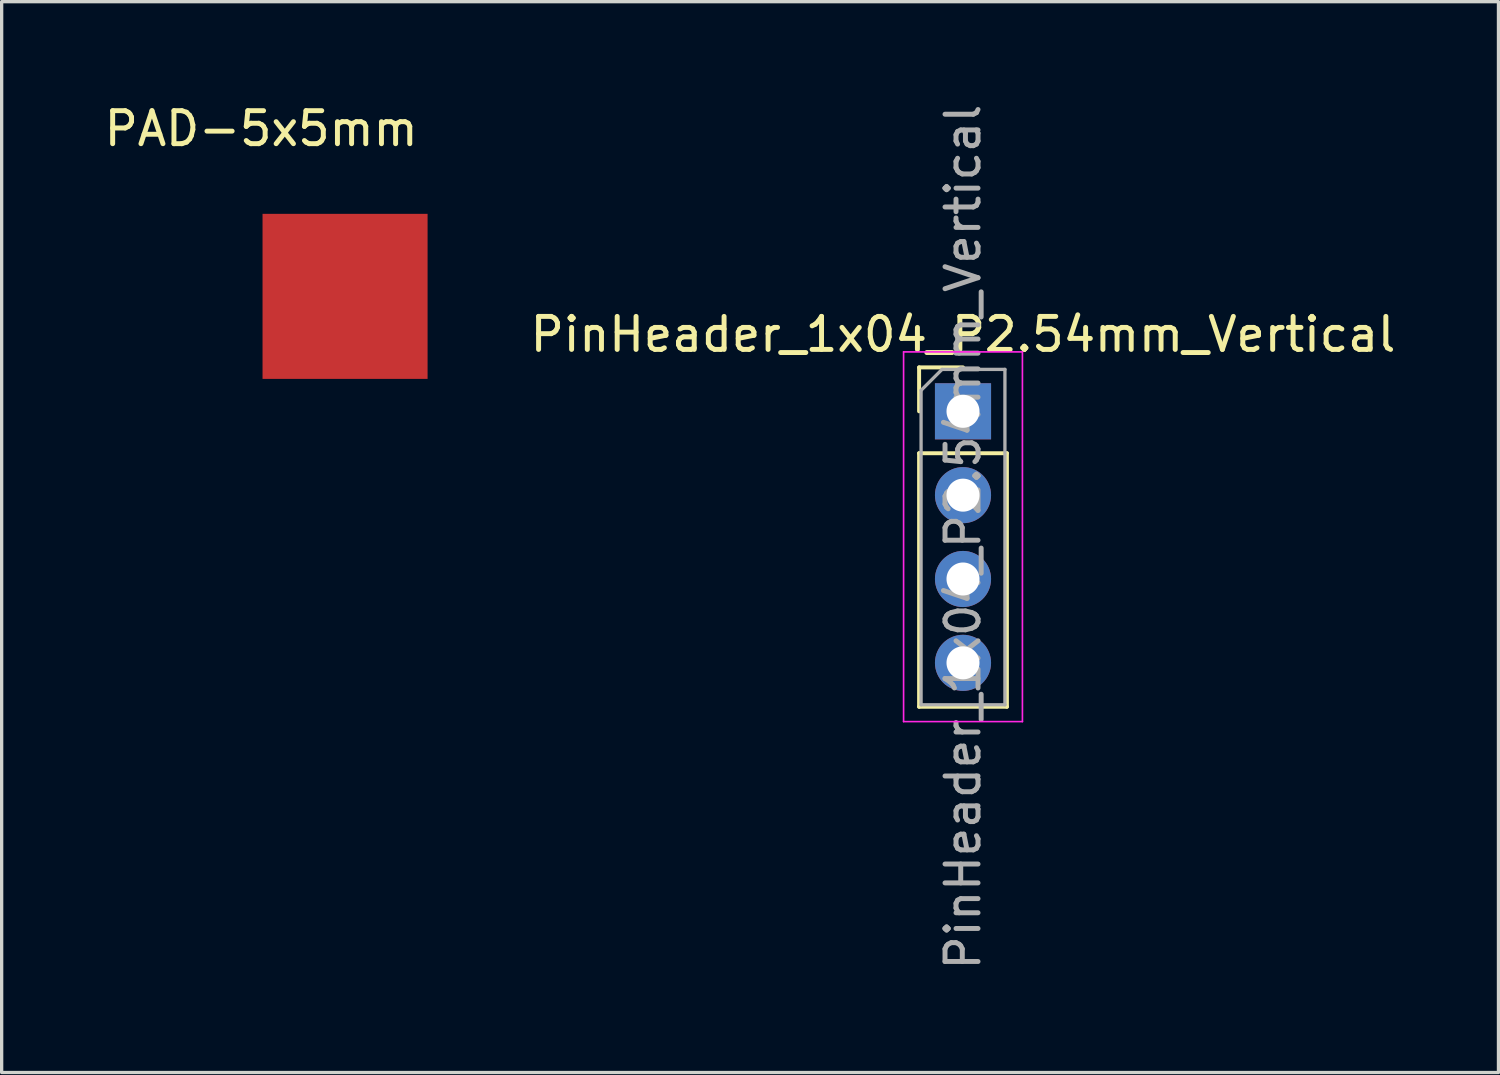
<source format=kicad_pcb>
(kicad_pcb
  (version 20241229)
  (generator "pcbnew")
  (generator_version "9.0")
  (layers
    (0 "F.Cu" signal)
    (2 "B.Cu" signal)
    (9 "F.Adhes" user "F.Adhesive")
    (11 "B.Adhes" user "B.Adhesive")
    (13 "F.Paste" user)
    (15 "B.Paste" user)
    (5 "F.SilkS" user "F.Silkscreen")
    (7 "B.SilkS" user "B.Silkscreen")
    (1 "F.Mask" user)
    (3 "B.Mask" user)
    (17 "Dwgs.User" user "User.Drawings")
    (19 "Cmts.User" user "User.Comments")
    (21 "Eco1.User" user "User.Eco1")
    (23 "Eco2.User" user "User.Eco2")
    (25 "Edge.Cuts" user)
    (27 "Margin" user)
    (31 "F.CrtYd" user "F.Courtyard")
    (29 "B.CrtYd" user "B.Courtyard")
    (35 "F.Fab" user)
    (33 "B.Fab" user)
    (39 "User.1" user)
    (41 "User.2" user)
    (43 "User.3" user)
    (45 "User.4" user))
  (footprint "PAD-5x5mm"
    (layer "F.Cu")
    (at 7.403 5.928)
    (property "Reference" "PAD-5x5mm" (at -2.54 -5.08 0) (layer "F.SilkS") (effects (font (size 1 1) (thickness 0.15))))
    (attr through_hole)
    (pad "1" smd rect (at 0 0) (size 5 5) (layers "F.Cu" "F.Mask" "F.Paste")))
  (footprint "PinHeader_1x04_P2.54mm_Vertical"
    (layer "F.Cu")
    (at 26.123 9.41)
    (property "Reference" "PinHeader_1x04_P2.54mm_Vertical" (at 0 -2.33 0) (layer "F.SilkS") (effects (font (size 1 1) (thickness 0.15))))
    (attr through_hole)
    (fp_line (start -1.33 -1.33) (end 0 -1.33) (stroke (width 0.12) (type solid)) (layer "F.SilkS"))
    (fp_line (start -1.33 0) (end -1.33 -1.33) (stroke (width 0.12) (type solid)) (layer "F.SilkS"))
    (fp_line (start -1.33 1.27) (end -1.33 8.95) (stroke (width 0.12) (type solid)) (layer "F.SilkS"))
    (fp_line (start -1.33 1.27) (end 1.33 1.27) (stroke (width 0.12) (type solid)) (layer "F.SilkS"))
    (fp_line (start -1.33 8.95) (end 1.33 8.95) (stroke (width 0.12) (type solid)) (layer "F.SilkS"))
    (fp_line (start 1.33 1.27) (end 1.33 8.95) (stroke (width 0.12) (type solid)) (layer "F.SilkS"))
    (fp_line (start -1.8 -1.8) (end -1.8 9.4) (stroke (width 0.05) (type solid)) (layer "F.CrtYd"))
    (fp_line (start -1.8 9.4) (end 1.8 9.4) (stroke (width 0.05) (type solid)) (layer "F.CrtYd"))
    (fp_line (start 1.8 -1.8) (end -1.8 -1.8) (stroke (width 0.05) (type solid)) (layer "F.CrtYd"))
    (fp_line (start 1.8 9.4) (end 1.8 -1.8) (stroke (width 0.05) (type solid)) (layer "F.CrtYd"))
    (fp_line (start -1.27 -0.635) (end -0.635 -1.27) (stroke (width 0.1) (type solid)) (layer "F.Fab"))
    (fp_line (start -1.27 8.89) (end -1.27 -0.635) (stroke (width 0.1) (type solid)) (layer "F.Fab"))
    (fp_line (start -0.635 -1.27) (end 1.27 -1.27) (stroke (width 0.1) (type solid)) (layer "F.Fab"))
    (fp_line (start 1.27 -1.27) (end 1.27 8.89) (stroke (width 0.1) (type solid)) (layer "F.Fab"))
    (fp_line (start 1.27 8.89) (end -1.27 8.89) (stroke (width 0.1) (type solid)) (layer "F.Fab"))
    (fp_text user "${REFERENCE}" (at 0 3.81 90) (layer "F.Fab") (effects (font (size 1 1) (thickness 0.15))))
    (pad "1" thru_hole rect (at 0 0) (size 1.7 1.7) (drill 1) (layers "*.Cu" "*.Mask"))
    (pad "2" thru_hole oval (at 0 2.54) (size 1.7 1.7) (drill 1) (layers "*.Cu" "*.Mask"))
    (pad "3" thru_hole oval (at 0 5.08) (size 1.7 1.7) (drill 1) (layers "*.Cu" "*.Mask"))
    (pad "4" thru_hole oval (at 0 7.62) (size 1.7 1.7) (drill 1) (layers "*.Cu" "*.Mask")))
  (gr_rect
    (start -3 -3)
    (end 42.344 29.44)
    (stroke (width 0.1) (type default))
    (fill no)
    (layer "Edge.Cuts")))
</source>
